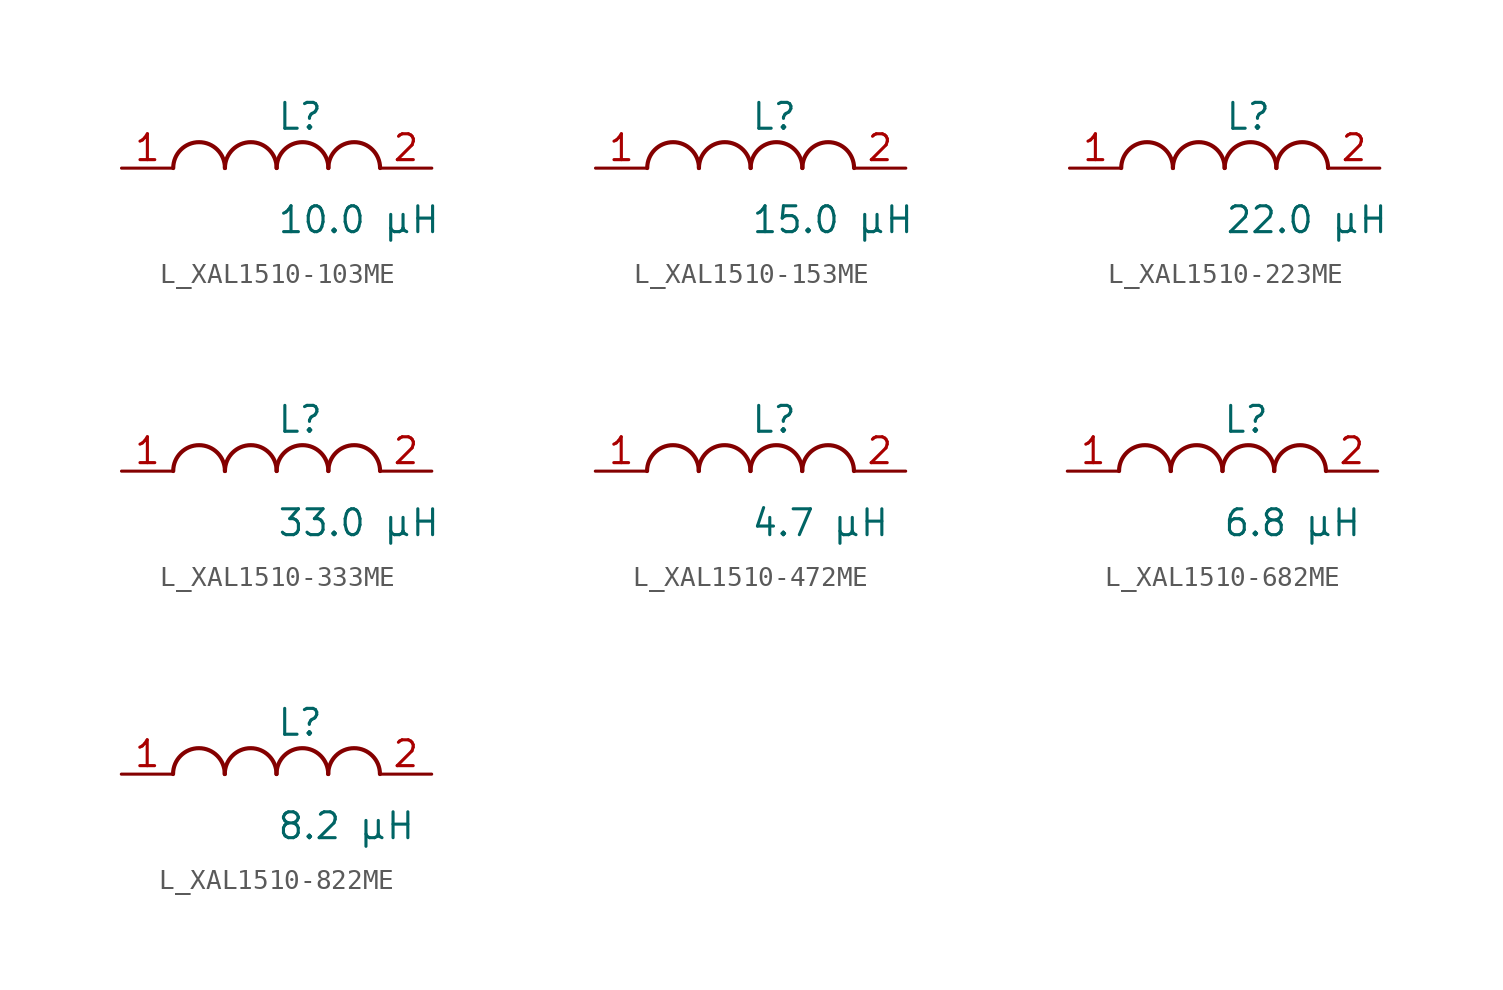
<source format=kicad_sym>
(kicad_symbol_lib
  (version 20231120)
  (generator kicad_symbol_editor)
  (generator_version 8.0)
  (symbol "L_XAL1510-103ME"
    (pin_names
      (offset 0.254))
    (property "Reference" "L"
      (at 0 2.54 0)
      (effects (font (size 1.27 1.27)) (justify left)))
    (property "Value" "10.0 µH"
      (at 0 -2.54 0)
      (effects (font (size 1.27 1.27)) (justify left)))
    (symbol "L_XAL1510-103ME_1_1"
      (arc (start -2.54 0.0056) (mid -3.81 1.27) (end -5.08 0.0056) (stroke (width 0.2032) (type default)) (fill (type none)))
      (arc (start 0 0.0056) (mid -1.27 1.27) (end -2.54 0.0056) (stroke (width 0.2032) (type default)) (fill (type none)))
      (arc (start 2.54 0.0056) (mid 1.27 1.27) (end 0 0.0056) (stroke (width 0.2032) (type default)) (fill (type none)))
      (arc (start 5.08 0.0056) (mid 3.81 1.27) (end 2.54 0.0056) (stroke (width 0.2032) (type default)) (fill (type none)))
      (pin unspecified line (at -7.62 0 0) (length 2.54) (name "" (effects (font (size 1.27 1.27)))) (number "1" (effects (font (size 1.27 1.27)))))
      (pin unspecified line (at 7.62 0 180) (length 2.54) (name "" (effects (font (size 1.27 1.27)))) (number "2" (effects (font (size 1.27 1.27)))))))
  (symbol "L_XAL1510-153ME"
    (pin_names
      (offset 0.254))
    (property "Reference" "L"
      (at 0 2.54 0)
      (effects (font (size 1.27 1.27)) (justify left)))
    (property "Value" "15.0 µH"
      (at 0 -2.54 0)
      (effects (font (size 1.27 1.27)) (justify left)))
    (symbol "L_XAL1510-153ME_1_1"
      (arc (start -2.54 0.0056) (mid -3.81 1.27) (end -5.08 0.0056) (stroke (width 0.2032) (type default)) (fill (type none)))
      (arc (start 0 0.0056) (mid -1.27 1.27) (end -2.54 0.0056) (stroke (width 0.2032) (type default)) (fill (type none)))
      (arc (start 2.54 0.0056) (mid 1.27 1.27) (end 0 0.0056) (stroke (width 0.2032) (type default)) (fill (type none)))
      (arc (start 5.08 0.0056) (mid 3.81 1.27) (end 2.54 0.0056) (stroke (width 0.2032) (type default)) (fill (type none)))
      (pin unspecified line (at -7.62 0 0) (length 2.54) (name "" (effects (font (size 1.27 1.27)))) (number "1" (effects (font (size 1.27 1.27)))))
      (pin unspecified line (at 7.62 0 180) (length 2.54) (name "" (effects (font (size 1.27 1.27)))) (number "2" (effects (font (size 1.27 1.27)))))))
  (symbol "L_XAL1510-223ME"
    (pin_names
      (offset 0.254))
    (property "Reference" "L"
      (at 0 2.54 0)
      (effects (font (size 1.27 1.27)) (justify left)))
    (property "Value" "22.0 µH"
      (at 0 -2.54 0)
      (effects (font (size 1.27 1.27)) (justify left)))
    (symbol "L_XAL1510-223ME_1_1"
      (arc (start -2.54 0.0056) (mid -3.81 1.27) (end -5.08 0.0056) (stroke (width 0.2032) (type default)) (fill (type none)))
      (arc (start 0 0.0056) (mid -1.27 1.27) (end -2.54 0.0056) (stroke (width 0.2032) (type default)) (fill (type none)))
      (arc (start 2.54 0.0056) (mid 1.27 1.27) (end 0 0.0056) (stroke (width 0.2032) (type default)) (fill (type none)))
      (arc (start 5.08 0.0056) (mid 3.81 1.27) (end 2.54 0.0056) (stroke (width 0.2032) (type default)) (fill (type none)))
      (pin unspecified line (at -7.62 0 0) (length 2.54) (name "" (effects (font (size 1.27 1.27)))) (number "1" (effects (font (size 1.27 1.27)))))
      (pin unspecified line (at 7.62 0 180) (length 2.54) (name "" (effects (font (size 1.27 1.27)))) (number "2" (effects (font (size 1.27 1.27)))))))
  (symbol "L_XAL1510-333ME"
    (pin_names
      (offset 0.254))
    (property "Reference" "L"
      (at 0 2.54 0)
      (effects (font (size 1.27 1.27)) (justify left)))
    (property "Value" "33.0 µH"
      (at 0 -2.54 0)
      (effects (font (size 1.27 1.27)) (justify left)))
    (symbol "L_XAL1510-333ME_1_1"
      (arc (start -2.54 0.0056) (mid -3.81 1.27) (end -5.08 0.0056) (stroke (width 0.2032) (type default)) (fill (type none)))
      (arc (start 0 0.0056) (mid -1.27 1.27) (end -2.54 0.0056) (stroke (width 0.2032) (type default)) (fill (type none)))
      (arc (start 2.54 0.0056) (mid 1.27 1.27) (end 0 0.0056) (stroke (width 0.2032) (type default)) (fill (type none)))
      (arc (start 5.08 0.0056) (mid 3.81 1.27) (end 2.54 0.0056) (stroke (width 0.2032) (type default)) (fill (type none)))
      (pin unspecified line (at -7.62 0 0) (length 2.54) (name "" (effects (font (size 1.27 1.27)))) (number "1" (effects (font (size 1.27 1.27)))))
      (pin unspecified line (at 7.62 0 180) (length 2.54) (name "" (effects (font (size 1.27 1.27)))) (number "2" (effects (font (size 1.27 1.27)))))))
  (symbol "L_XAL1510-472ME"
    (pin_names
      (offset 0.254))
    (property "Reference" "L"
      (at 0 2.54 0)
      (effects (font (size 1.27 1.27)) (justify left)))
    (property "Value" "4.7 µH"
      (at 0 -2.54 0)
      (effects (font (size 1.27 1.27)) (justify left)))
    (symbol "L_XAL1510-472ME_1_1"
      (arc (start -2.54 0.0056) (mid -3.81 1.27) (end -5.08 0.0056) (stroke (width 0.2032) (type default)) (fill (type none)))
      (arc (start 0 0.0056) (mid -1.27 1.27) (end -2.54 0.0056) (stroke (width 0.2032) (type default)) (fill (type none)))
      (arc (start 2.54 0.0056) (mid 1.27 1.27) (end 0 0.0056) (stroke (width 0.2032) (type default)) (fill (type none)))
      (arc (start 5.08 0.0056) (mid 3.81 1.27) (end 2.54 0.0056) (stroke (width 0.2032) (type default)) (fill (type none)))
      (pin unspecified line (at -7.62 0 0) (length 2.54) (name "" (effects (font (size 1.27 1.27)))) (number "1" (effects (font (size 1.27 1.27)))))
      (pin unspecified line (at 7.62 0 180) (length 2.54) (name "" (effects (font (size 1.27 1.27)))) (number "2" (effects (font (size 1.27 1.27)))))))
  (symbol "L_XAL1510-682ME"
    (pin_names
      (offset 0.254))
    (property "Reference" "L"
      (at 0 2.54 0)
      (effects (font (size 1.27 1.27)) (justify left)))
    (property "Value" "6.8 µH"
      (at 0 -2.54 0)
      (effects (font (size 1.27 1.27)) (justify left)))
    (symbol "L_XAL1510-682ME_1_1"
      (arc (start -2.54 0.0056) (mid -3.81 1.27) (end -5.08 0.0056) (stroke (width 0.2032) (type default)) (fill (type none)))
      (arc (start 0 0.0056) (mid -1.27 1.27) (end -2.54 0.0056) (stroke (width 0.2032) (type default)) (fill (type none)))
      (arc (start 2.54 0.0056) (mid 1.27 1.27) (end 0 0.0056) (stroke (width 0.2032) (type default)) (fill (type none)))
      (arc (start 5.08 0.0056) (mid 3.81 1.27) (end 2.54 0.0056) (stroke (width 0.2032) (type default)) (fill (type none)))
      (pin unspecified line (at -7.62 0 0) (length 2.54) (name "" (effects (font (size 1.27 1.27)))) (number "1" (effects (font (size 1.27 1.27)))))
      (pin unspecified line (at 7.62 0 180) (length 2.54) (name "" (effects (font (size 1.27 1.27)))) (number "2" (effects (font (size 1.27 1.27)))))))
  (symbol "L_XAL1510-822ME"
    (pin_names
      (offset 0.254))
    (property "Reference" "L"
      (at 0 2.54 0)
      (effects (font (size 1.27 1.27)) (justify left)))
    (property "Value" "8.2 µH"
      (at 0 -2.54 0)
      (effects (font (size 1.27 1.27)) (justify left)))
    (symbol "L_XAL1510-822ME_1_1"
      (arc (start -2.54 0.0056) (mid -3.81 1.27) (end -5.08 0.0056) (stroke (width 0.2032) (type default)) (fill (type none)))
      (arc (start 0 0.0056) (mid -1.27 1.27) (end -2.54 0.0056) (stroke (width 0.2032) (type default)) (fill (type none)))
      (arc (start 2.54 0.0056) (mid 1.27 1.27) (end 0 0.0056) (stroke (width 0.2032) (type default)) (fill (type none)))
      (arc (start 5.08 0.0056) (mid 3.81 1.27) (end 2.54 0.0056) (stroke (width 0.2032) (type default)) (fill (type none)))
      (pin unspecified line (at -7.62 0 0) (length 2.54) (name "" (effects (font (size 1.27 1.27)))) (number "1" (effects (font (size 1.27 1.27)))))
      (pin unspecified line (at 7.62 0 180) (length 2.54) (name "" (effects (font (size 1.27 1.27)))) (number "2" (effects (font (size 1.27 1.27))))))))
</source>
